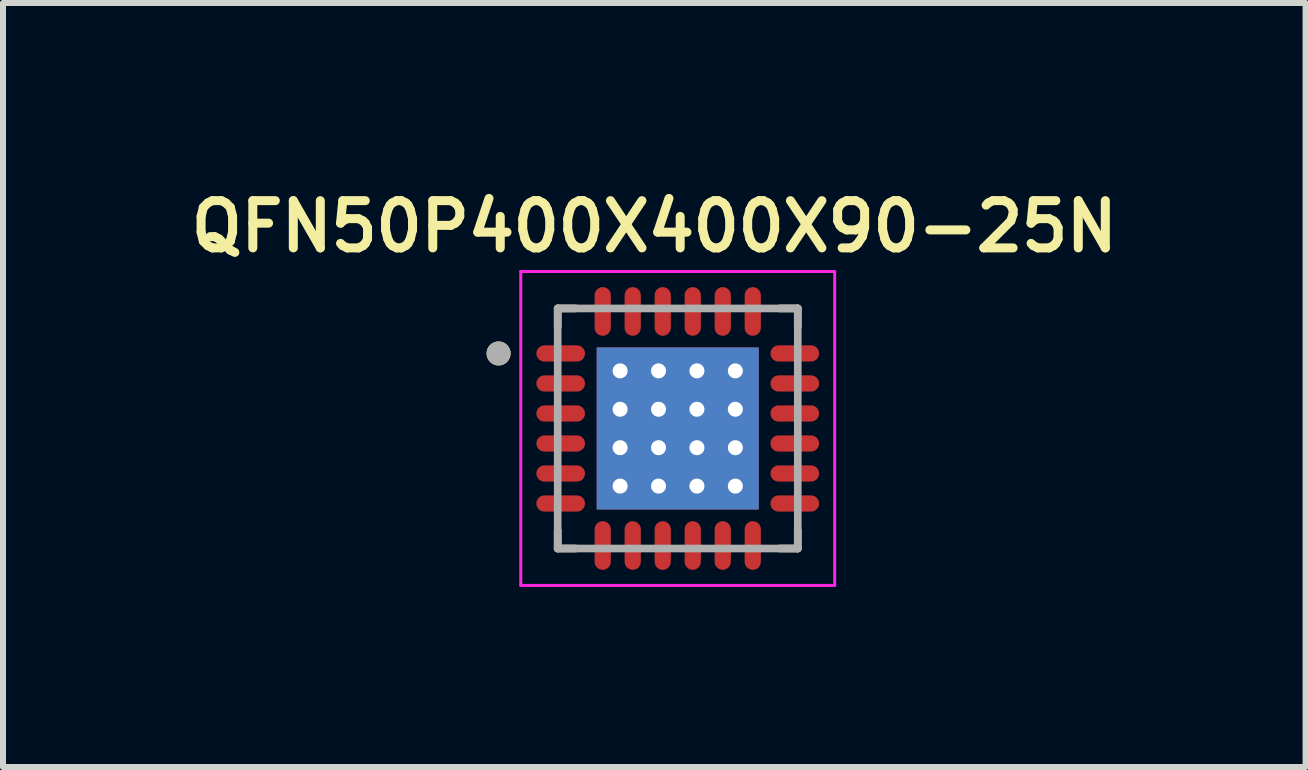
<source format=kicad_pcb>
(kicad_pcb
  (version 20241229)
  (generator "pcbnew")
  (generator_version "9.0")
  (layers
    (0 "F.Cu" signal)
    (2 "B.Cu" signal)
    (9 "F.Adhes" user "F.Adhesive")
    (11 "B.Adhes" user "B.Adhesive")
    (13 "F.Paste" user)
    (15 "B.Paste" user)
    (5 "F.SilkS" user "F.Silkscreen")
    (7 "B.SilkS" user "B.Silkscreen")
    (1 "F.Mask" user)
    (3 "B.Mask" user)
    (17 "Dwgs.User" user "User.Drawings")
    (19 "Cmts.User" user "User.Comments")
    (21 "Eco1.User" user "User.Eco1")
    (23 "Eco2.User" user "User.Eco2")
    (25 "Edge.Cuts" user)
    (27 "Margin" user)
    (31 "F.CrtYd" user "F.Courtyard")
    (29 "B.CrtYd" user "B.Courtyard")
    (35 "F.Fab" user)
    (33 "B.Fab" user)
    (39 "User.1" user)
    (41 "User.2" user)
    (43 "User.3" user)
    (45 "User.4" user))
  (footprint "QFN50P400X400X90-25N"
    (layer "F.Cu")
    (at 8.242 4.089)
    (property "Reference" "QFN50P400X400X90-25N" (at -0.39 -3.365 0) (layer "F.SilkS") (effects (font (size 0.787 0.787) (thickness 0.15))))
    (attr through_hole)
    (fp_line (start -2 -2) (end -2 -1.7) (stroke (width 0.127) (type solid)) (layer "F.SilkS"))
    (fp_line (start -2 -2) (end -1.7 -2) (stroke (width 0.127) (type solid)) (layer "F.SilkS"))
    (fp_line (start -2 2) (end -2 1.7) (stroke (width 0.127) (type solid)) (layer "F.SilkS"))
    (fp_line (start -2 2) (end -1.7 2) (stroke (width 0.127) (type solid)) (layer "F.SilkS"))
    (fp_line (start 2 -2) (end 1.7 -2) (stroke (width 0.127) (type solid)) (layer "F.SilkS"))
    (fp_line (start 2 -2) (end 2 -1.7) (stroke (width 0.127) (type solid)) (layer "F.SilkS"))
    (fp_line (start 2 2) (end 1.7 2) (stroke (width 0.127) (type solid)) (layer "F.SilkS"))
    (fp_line (start 2 2) (end 2 1.7) (stroke (width 0.127) (type solid)) (layer "F.SilkS"))
    (fp_circle (center -2.985 -1.25) (end -2.885 -1.25) (stroke (width 0.2) (type solid)) (fill no) (layer "F.SilkS"))
    (fp_poly (pts (xy -0.85 -0.85) (xy 0.85 -0.85) (xy 0.85 0.85) (xy -0.85 0.85)) (stroke (width 0.01) (type solid)) (fill yes) (layer "F.Paste"))
    (fp_line (start -2.615 -2.615) (end 2.615 -2.615) (stroke (width 0.05) (type solid)) (layer "F.CrtYd"))
    (fp_line (start -2.615 2.615) (end -2.615 -2.615) (stroke (width 0.05) (type solid)) (layer "F.CrtYd"))
    (fp_line (start -2.615 2.615) (end 2.615 2.615) (stroke (width 0.05) (type solid)) (layer "F.CrtYd"))
    (fp_line (start 2.615 2.615) (end 2.615 -2.615) (stroke (width 0.05) (type solid)) (layer "F.CrtYd"))
    (fp_line (start -2 2) (end -2 -2) (stroke (width 0.127) (type solid)) (layer "F.Fab"))
    (fp_line (start 2 -2) (end -2 -2) (stroke (width 0.127) (type solid)) (layer "F.Fab"))
    (fp_line (start 2 2) (end -2 2) (stroke (width 0.127) (type solid)) (layer "F.Fab"))
    (fp_line (start 2 2) (end 2 -2) (stroke (width 0.127) (type solid)) (layer "F.Fab"))
    (fp_circle (center -2.985 -1.25) (end -2.885 -1.25) (stroke (width 0.2) (type solid)) (fill no) (layer "F.Fab"))
    (pad "1" smd oval (at -1.95 -1.25) (size 0.81 0.27) (layers "F.Cu" "F.Mask" "F.Paste"))
    (pad "2" smd oval (at -1.95 -0.75) (size 0.81 0.27) (layers "F.Cu" "F.Mask" "F.Paste"))
    (pad "3" smd oval (at -1.95 -0.25) (size 0.81 0.27) (layers "F.Cu" "F.Mask" "F.Paste"))
    (pad "4" smd oval (at -1.95 0.25) (size 0.81 0.27) (layers "F.Cu" "F.Mask" "F.Paste"))
    (pad "5" smd oval (at -1.95 0.75) (size 0.81 0.27) (layers "F.Cu" "F.Mask" "F.Paste"))
    (pad "6" smd oval (at -1.95 1.25) (size 0.81 0.27) (layers "F.Cu" "F.Mask" "F.Paste"))
    (pad "7" smd oval (at -1.25 1.95) (size 0.27 0.81) (layers "F.Cu" "F.Mask" "F.Paste"))
    (pad "8" smd oval (at -0.75 1.95) (size 0.27 0.81) (layers "F.Cu" "F.Mask" "F.Paste"))
    (pad "9" smd oval (at -0.25 1.95) (size 0.27 0.81) (layers "F.Cu" "F.Mask" "F.Paste"))
    (pad "10" smd oval (at 0.25 1.95) (size 0.27 0.81) (layers "F.Cu" "F.Mask" "F.Paste"))
    (pad "11" smd oval (at 0.75 1.95) (size 0.27 0.81) (layers "F.Cu" "F.Mask" "F.Paste"))
    (pad "12" smd oval (at 1.25 1.95) (size 0.27 0.81) (layers "F.Cu" "F.Mask" "F.Paste"))
    (pad "13" smd oval (at 1.95 1.25) (size 0.81 0.27) (layers "F.Cu" "F.Mask" "F.Paste"))
    (pad "14" smd oval (at 1.95 0.75) (size 0.81 0.27) (layers "F.Cu" "F.Mask" "F.Paste"))
    (pad "15" smd oval (at 1.95 0.25) (size 0.81 0.27) (layers "F.Cu" "F.Mask" "F.Paste"))
    (pad "16" smd oval (at 1.95 -0.25) (size 0.81 0.27) (layers "F.Cu" "F.Mask" "F.Paste"))
    (pad "17" smd oval (at 1.95 -0.75) (size 0.81 0.27) (layers "F.Cu" "F.Mask" "F.Paste"))
    (pad "18" smd oval (at 1.95 -1.25) (size 0.81 0.27) (layers "F.Cu" "F.Mask" "F.Paste"))
    (pad "19" smd oval (at 1.25 -1.95) (size 0.27 0.81) (layers "F.Cu" "F.Mask" "F.Paste"))
    (pad "20" smd oval (at 0.75 -1.95) (size 0.27 0.81) (layers "F.Cu" "F.Mask" "F.Paste"))
    (pad "21" smd oval (at 0.25 -1.95) (size 0.27 0.81) (layers "F.Cu" "F.Mask" "F.Paste"))
    (pad "22" smd oval (at -0.25 -1.95) (size 0.27 0.81) (layers "F.Cu" "F.Mask" "F.Paste"))
    (pad "23" smd oval (at -0.75 -1.95) (size 0.27 0.81) (layers "F.Cu" "F.Mask" "F.Paste"))
    (pad "24" smd oval (at -1.25 -1.95) (size 0.27 0.81) (layers "F.Cu" "F.Mask" "F.Paste"))
    (pad "25" smd rect (at 0 0) (size 2.7 2.7) (layers "F.Cu" "F.Mask"))
    (pad "26" smd rect (at 0 0) (size 2.7 2.7) (layers "B.Cu" "B.Mask"))
    (pad "27" thru_hole circle (at -0.96 -0.96) (size 0.35 0.35) (drill 0.25) (layers "*.Cu"))
    (pad "28" thru_hole circle (at -0.32 -0.96) (size 0.35 0.35) (drill 0.25) (layers "*.Cu"))
    (pad "29" thru_hole circle (at 0.32 -0.96) (size 0.35 0.35) (drill 0.25) (layers "*.Cu"))
    (pad "30" thru_hole circle (at 0.96 -0.96) (size 0.35 0.35) (drill 0.25) (layers "*.Cu"))
    (pad "31" thru_hole circle (at -0.96 -0.32) (size 0.35 0.35) (drill 0.25) (layers "*.Cu"))
    (pad "32" thru_hole circle (at -0.32 -0.32) (size 0.35 0.35) (drill 0.25) (layers "*.Cu"))
    (pad "33" thru_hole circle (at 0.32 -0.32) (size 0.35 0.35) (drill 0.25) (layers "*.Cu"))
    (pad "34" thru_hole circle (at 0.96 -0.32) (size 0.35 0.35) (drill 0.25) (layers "*.Cu"))
    (pad "35" thru_hole circle (at -0.96 0.32) (size 0.35 0.35) (drill 0.25) (layers "*.Cu"))
    (pad "36" thru_hole circle (at -0.32 0.32) (size 0.35 0.35) (drill 0.25) (layers "*.Cu"))
    (pad "37" thru_hole circle (at 0.32 0.32) (size 0.35 0.35) (drill 0.25) (layers "*.Cu"))
    (pad "38" thru_hole circle (at 0.96 0.32) (size 0.35 0.35) (drill 0.25) (layers "*.Cu"))
    (pad "39" thru_hole circle (at -0.96 0.96) (size 0.35 0.35) (drill 0.25) (layers "*.Cu"))
    (pad "40" thru_hole circle (at -0.32 0.96) (size 0.35 0.35) (drill 0.25) (layers "*.Cu"))
    (pad "41" thru_hole circle (at 0.32 0.96) (size 0.35 0.35) (drill 0.25) (layers "*.Cu"))
    (pad "42" thru_hole circle (at 0.96 0.96) (size 0.35 0.35) (drill 0.25) (layers "*.Cu")))
  (gr_rect
    (start -3 -3)
    (end 18.703 9.729)
    (stroke (width 0.1) (type default))
    (fill no)
    (layer "Edge.Cuts")))
</source>
